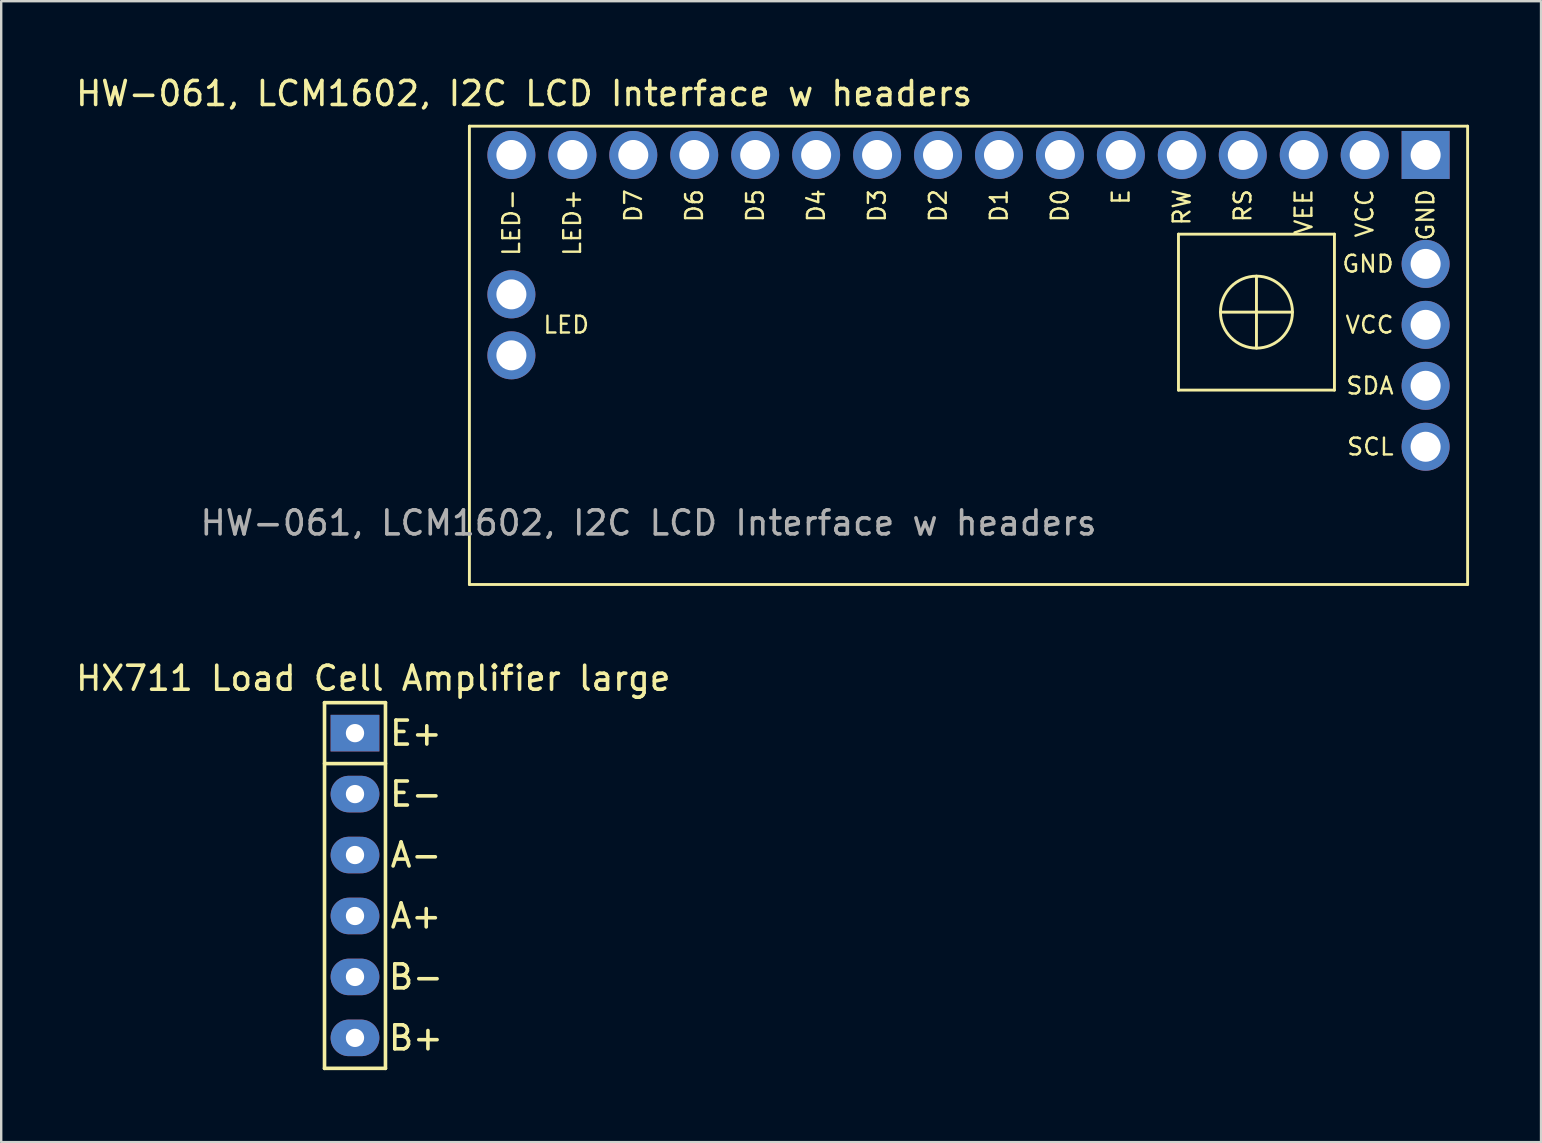
<source format=kicad_pcb>
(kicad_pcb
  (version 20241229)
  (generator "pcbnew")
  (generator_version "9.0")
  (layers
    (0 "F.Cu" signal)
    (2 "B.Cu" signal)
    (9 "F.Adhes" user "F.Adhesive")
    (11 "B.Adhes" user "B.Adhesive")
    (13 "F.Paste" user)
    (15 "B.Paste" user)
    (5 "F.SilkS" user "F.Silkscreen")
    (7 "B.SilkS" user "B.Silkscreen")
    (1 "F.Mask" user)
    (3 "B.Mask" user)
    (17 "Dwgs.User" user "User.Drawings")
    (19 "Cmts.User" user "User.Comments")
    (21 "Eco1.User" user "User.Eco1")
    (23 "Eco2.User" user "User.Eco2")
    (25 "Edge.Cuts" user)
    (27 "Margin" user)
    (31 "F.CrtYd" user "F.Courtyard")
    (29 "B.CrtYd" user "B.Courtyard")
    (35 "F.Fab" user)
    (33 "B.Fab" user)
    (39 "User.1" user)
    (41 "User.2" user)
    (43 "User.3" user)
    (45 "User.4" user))
  (footprint "HX711 Load Cell Amplifier large"
    (layer "F.Cu")
    (at 11.744 27.503)
    (property "Reference" "HX711 Load Cell Amplifier large" (at 0.762 -2.286 0) (unlocked yes) (layer "F.SilkS") (effects (font (size 1 1) (thickness 0.15))))
    (attr through_hole)
    (fp_line (start -1.27 -1.27) (end -1.27 13.97) (stroke (width 0.15) (type solid)) (layer "F.SilkS"))
    (fp_line (start -1.27 1.27) (end 1.27 1.27) (stroke (width 0.15) (type solid)) (layer "F.SilkS"))
    (fp_line (start -1.27 13.97) (end 1.27 13.97) (stroke (width 0.15) (type solid)) (layer "F.SilkS"))
    (fp_line (start 1.27 -1.27) (end -1.27 -1.27) (stroke (width 0.15) (type solid)) (layer "F.SilkS"))
    (fp_line (start 1.27 13.97) (end 1.27 -1.27) (stroke (width 0.15) (type solid)) (layer "F.SilkS"))
    (fp_text user "E-" (at 2.54 2.54 0) (unlocked yes) (layer "F.SilkS") (effects (font (size 1 1) (thickness 0.15))))
    (fp_text user "A-" (at 2.54 5.08 0) (unlocked yes) (layer "F.SilkS") (effects (font (size 1 1) (thickness 0.15))))
    (fp_text user "B+" (at 2.54 12.7 0) (unlocked yes) (layer "F.SilkS") (effects (font (size 1 1) (thickness 0.15))))
    (fp_text user "A+" (at 2.54 7.62 0) (unlocked yes) (layer "F.SilkS") (effects (font (size 1 1) (thickness 0.15))))
    (fp_text user "E+" (at 2.54 0 0) (unlocked yes) (layer "F.SilkS") (effects (font (size 1 1) (thickness 0.15))))
    (fp_text user "B-" (at 2.54 10.16 0) (unlocked yes) (layer "F.SilkS") (effects (font (size 1 1) (thickness 0.15))))
    (pad "1" thru_hole rect (at 0 0) (size 2.032 1.524) (drill 0.762) (layers "*.Cu" "*.Mask"))
    (pad "2" thru_hole oval (at 0 2.54) (size 2.032 1.524) (drill 0.762) (layers "*.Cu" "*.Mask"))
    (pad "3" thru_hole oval (at 0 5.08) (size 2.032 1.524) (drill 0.762) (layers "*.Cu" "*.Mask"))
    (pad "4" thru_hole oval (at 0 7.62) (size 2.032 1.524) (drill 0.762) (layers "*.Cu" "*.Mask"))
    (pad "5" thru_hole oval (at 0 10.16) (size 2.032 1.524) (drill 0.762) (layers "*.Cu" "*.Mask"))
    (pad "6" thru_hole oval (at 0 12.7) (size 2.032 1.524) (drill 0.762) (layers "*.Cu" "*.Mask")))
  (footprint "HW-061, LCM1602, I2C LCD Interface w headers"
    (layer "F.Cu")
    (at 37.312 11.758)
    (property "Reference" "HW-061, LCM1602, I2C LCD Interface w headers" (at -18.52 -10.91 0) (unlocked yes) (layer "F.SilkS") (effects (font (size 1 1) (thickness 0.15))))
    (attr through_hole)
    (fp_line (start -20.8 -9.55) (end 20.8 -9.55) (stroke (width 0.12) (type default)) (layer "F.SilkS"))
    (fp_line (start -20.8 9.55) (end -20.8 -9.55) (stroke (width 0.12) (type default)) (layer "F.SilkS"))
    (fp_line (start 8.75 -5.05) (end 15.25 -5.05) (stroke (width 0.12) (type default)) (layer "F.SilkS"))
    (fp_line (start 8.75 1.45) (end 8.75 -5.05) (stroke (width 0.12) (type default)) (layer "F.SilkS"))
    (fp_line (start 10.5 -1.8) (end 13.5 -1.8) (stroke (width 0.12) (type default)) (layer "F.SilkS"))
    (fp_line (start 12 -3.3) (end 12 -0.3) (stroke (width 0.12) (type default)) (layer "F.SilkS"))
    (fp_line (start 15.25 -5.05) (end 15.25 1.45) (stroke (width 0.12) (type default)) (layer "F.SilkS"))
    (fp_line (start 15.25 1.45) (end 8.75 1.45) (stroke (width 0.12) (type default)) (layer "F.SilkS"))
    (fp_line (start 20.8 -9.55) (end 20.8 9.55) (stroke (width 0.12) (type default)) (layer "F.SilkS"))
    (fp_line (start 20.8 9.55) (end -20.8 9.55) (stroke (width 0.12) (type default)) (layer "F.SilkS"))
    (fp_circle (center 12 -1.8) (end 13.5 -1.8) (stroke (width 0.12) (type default)) (fill no) (layer "F.SilkS"))
    (fp_text user "GND" (at 19.05 -6.985 90) (unlocked yes) (layer "F.SilkS") (effects (font (size 0.7 0.7) (thickness 0.1)) (justify right)))
    (fp_text user "D0" (at 3.81 -6.985 90) (unlocked yes) (layer "F.SilkS") (effects (font (size 0.7 0.7) (thickness 0.1)) (justify right)))
    (fp_text user "LED-" (at -19.05 -6.985 90) (unlocked yes) (layer "F.SilkS") (effects (font (size 0.7 0.7) (thickness 0.1)) (justify right)))
    (fp_text user "LED+" (at -16.51 -6.985 90) (unlocked yes) (layer "F.SilkS") (effects (font (size 0.7 0.7) (thickness 0.1)) (justify right)))
    (fp_text user "D6" (at -11.43 -6.985 90) (unlocked yes) (layer "F.SilkS") (effects (font (size 0.7 0.7) (thickness 0.1)) (justify right)))
    (fp_text user "SDA" (at 17.78 1.27 0) (unlocked yes) (layer "F.SilkS") (effects (font (size 0.7 0.7) (thickness 0.1)) (justify right)))
    (fp_text user "VCC" (at 16.51 -6.985 90) (unlocked yes) (layer "F.SilkS") (effects (font (size 0.7 0.7) (thickness 0.1)) (justify right)))
    (fp_text user "VEE" (at 13.97 -6.985 90) (unlocked yes) (layer "F.SilkS") (effects (font (size 0.7 0.7) (thickness 0.1)) (justify right)))
    (fp_text user "SCL" (at 17.78 3.81 0) (unlocked yes) (layer "F.SilkS") (effects (font (size 0.7 0.7) (thickness 0.1)) (justify right)))
    (fp_text user "GND" (at 17.78 -3.81 0) (unlocked yes) (layer "F.SilkS") (effects (font (size 0.7 0.7) (thickness 0.1)) (justify right)))
    (fp_text user "VCC" (at 17.78 -1.27 0) (unlocked yes) (layer "F.SilkS") (effects (font (size 0.7 0.7) (thickness 0.1)) (justify right)))
    (fp_text user "D1" (at 1.27 -6.985 90) (unlocked yes) (layer "F.SilkS") (effects (font (size 0.7 0.7) (thickness 0.1)) (justify right)))
    (fp_text user "LED" (at -17.78 -1.27 0) (unlocked yes) (layer "F.SilkS") (effects (font (size 0.7 0.7) (thickness 0.1)) (justify left)))
    (fp_text user "D2" (at -1.27 -6.985 90) (unlocked yes) (layer "F.SilkS") (effects (font (size 0.7 0.7) (thickness 0.1)) (justify right)))
    (fp_text user "D4" (at -6.35 -6.985 90) (unlocked yes) (layer "F.SilkS") (effects (font (size 0.7 0.7) (thickness 0.1)) (justify right)))
    (fp_text user "D3" (at -3.81 -6.985 90) (unlocked yes) (layer "F.SilkS") (effects (font (size 0.7 0.7) (thickness 0.1)) (justify right)))
    (fp_text user "D7" (at -13.97 -6.985 90) (unlocked yes) (layer "F.SilkS") (effects (font (size 0.7 0.7) (thickness 0.1)) (justify right)))
    (fp_text user "RW" (at 8.89 -6.985 90) (unlocked yes) (layer "F.SilkS") (effects (font (size 0.7 0.7) (thickness 0.1)) (justify right)))
    (fp_text user "E" (at 6.35 -6.985 90) (unlocked yes) (layer "F.SilkS") (effects (font (size 0.7 0.7) (thickness 0.1)) (justify right)))
    (fp_text user "D5" (at -8.89 -6.985 90) (unlocked yes) (layer "F.SilkS") (effects (font (size 0.7 0.7) (thickness 0.1)) (justify right)))
    (fp_text user "RS" (at 11.43 -6.985 90) (unlocked yes) (layer "F.SilkS") (effects (font (size 0.7 0.7) (thickness 0.1)) (justify right)))
    (fp_text user "${REFERENCE}" (at -13.335 6.985 0) (unlocked yes) (layer "F.Fab") (effects (font (size 1 1) (thickness 0.15))))
    (pad "1" thru_hole rect (at 19.05 -8.35) (size 2 2) (drill 1.25) (layers "*.Cu" "*.Mask"))
    (pad "2" thru_hole circle (at 16.51 -8.35) (size 2 2) (drill 1.25) (layers "*.Cu" "*.Mask"))
    (pad "3" thru_hole circle (at 13.97 -8.35) (size 2 2) (drill 1.25) (layers "*.Cu" "*.Mask"))
    (pad "4" thru_hole circle (at 11.43 -8.35) (size 2 2) (drill 1.25) (layers "*.Cu" "*.Mask"))
    (pad "5" thru_hole circle (at 8.89 -8.35) (size 2 2) (drill 1.25) (layers "*.Cu" "*.Mask"))
    (pad "6" thru_hole circle (at 6.35 -8.35) (size 2 2) (drill 1.25) (layers "*.Cu" "*.Mask"))
    (pad "7" thru_hole circle (at 3.81 -8.35) (size 2 2) (drill 1.25) (layers "*.Cu" "*.Mask"))
    (pad "8" thru_hole circle (at 1.27 -8.35) (size 2 2) (drill 1.25) (layers "*.Cu" "*.Mask"))
    (pad "9" thru_hole circle (at -1.27 -8.35) (size 2 2) (drill 1.25) (layers "*.Cu" "*.Mask"))
    (pad "10" thru_hole circle (at -3.81 -8.35) (size 2 2) (drill 1.25) (layers "*.Cu" "*.Mask"))
    (pad "11" thru_hole circle (at -6.35 -8.35) (size 2 2) (drill 1.25) (layers "*.Cu" "*.Mask"))
    (pad "12" thru_hole circle (at -8.89 -8.35) (size 2 2) (drill 1.25) (layers "*.Cu" "*.Mask"))
    (pad "13" thru_hole circle (at -11.43 -8.35) (size 2 2) (drill 1.25) (layers "*.Cu" "*.Mask"))
    (pad "14" thru_hole circle (at -13.97 -8.35) (size 2 2) (drill 1.25) (layers "*.Cu" "*.Mask"))
    (pad "15" thru_hole circle (at -16.51 -8.35) (size 2 2) (drill 1.25) (layers "*.Cu" "*.Mask"))
    (pad "16" thru_hole circle (at -19.05 -8.35) (size 2 2) (drill 1.25) (layers "*.Cu" "*.Mask"))
    (pad "17" thru_hole circle (at 19.05 -3.81) (size 2 2) (drill 1.25) (layers "*.Cu" "*.Mask"))
    (pad "18" thru_hole circle (at 19.05 -1.27) (size 2 2) (drill 1.25) (layers "*.Cu" "*.Mask"))
    (pad "19" thru_hole circle (at 19.05 1.27) (size 2 2) (drill 1.25) (layers "*.Cu" "*.Mask"))
    (pad "20" thru_hole circle (at 19.05 3.81) (size 2 2) (drill 1.25) (layers "*.Cu" "*.Mask"))
    (pad "21" thru_hole circle (at -19.05 0) (size 2 2) (drill 1.25) (layers "*.Cu" "*.Mask"))
    (pad "22" thru_hole circle (at -19.05 -2.54) (size 2 2) (drill 1.25) (layers "*.Cu" "*.Mask")))
  (gr_rect
    (start -3 -3)
    (end 61.172 44.547)
    (stroke (width 0.1) (type default))
    (fill no)
    (layer "Edge.Cuts")))
</source>
